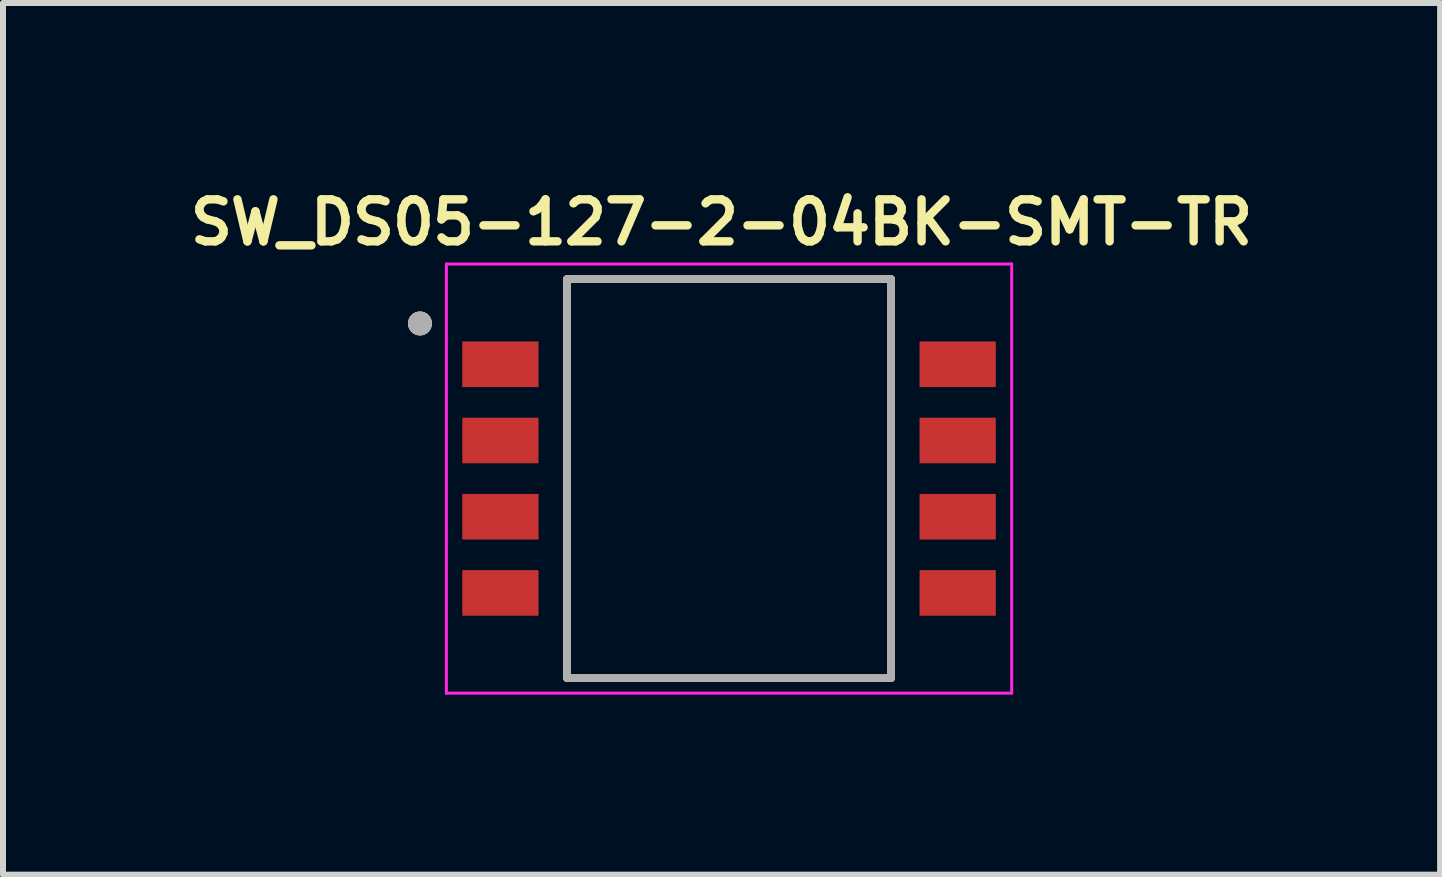
<source format=kicad_pcb>
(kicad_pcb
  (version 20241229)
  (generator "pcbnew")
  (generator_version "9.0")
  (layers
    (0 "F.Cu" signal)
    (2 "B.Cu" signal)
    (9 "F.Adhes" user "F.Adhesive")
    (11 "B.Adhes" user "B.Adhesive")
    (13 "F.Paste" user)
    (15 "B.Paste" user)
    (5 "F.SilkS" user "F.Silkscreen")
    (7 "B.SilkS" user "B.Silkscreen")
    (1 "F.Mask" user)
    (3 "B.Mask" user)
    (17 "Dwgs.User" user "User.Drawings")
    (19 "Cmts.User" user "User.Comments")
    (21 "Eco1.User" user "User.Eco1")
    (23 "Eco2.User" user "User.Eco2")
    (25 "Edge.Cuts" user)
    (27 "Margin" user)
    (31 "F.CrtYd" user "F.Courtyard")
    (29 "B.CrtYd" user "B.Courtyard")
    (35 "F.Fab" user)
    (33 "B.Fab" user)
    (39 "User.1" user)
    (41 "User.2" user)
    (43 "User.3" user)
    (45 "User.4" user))
  (footprint "SW_DS05-127-2-04BK-SMT-TR"
    (layer "F.Cu")
    (at 9.098 4.925)
    (property "Reference" "SW_DS05-127-2-04BK-SMT-TR" (at -0.125 -4.27 0) (layer "F.SilkS") (effects (font (size 0.7 0.7) (thickness 0.14) (bold yes))))
    (attr smd)
    (fp_line (start -2.7 -3.325) (end -2.7 3.325) (stroke (width 0.127) (type solid)) (layer "F.SilkS"))
    (fp_line (start -2.7 3.325) (end 2.7 3.325) (stroke (width 0.127) (type solid)) (layer "F.SilkS"))
    (fp_line (start 2.7 -3.325) (end -2.7 -3.325) (stroke (width 0.127) (type solid)) (layer "F.SilkS"))
    (fp_line (start 2.7 -3.325) (end 2.7 3.325) (stroke (width 0.127) (type solid)) (layer "F.SilkS"))
    (fp_circle (center -5.15 -2.585) (end -5.05 -2.585) (stroke (width 0.2) (type solid)) (fill no) (layer "F.SilkS"))
    (fp_line (start -4.71 -3.575) (end 4.71 -3.575) (stroke (width 0.05) (type solid)) (layer "F.CrtYd"))
    (fp_line (start -4.71 3.575) (end -4.71 -3.575) (stroke (width 0.05) (type solid)) (layer "F.CrtYd"))
    (fp_line (start 4.71 -3.575) (end 4.71 3.575) (stroke (width 0.05) (type solid)) (layer "F.CrtYd"))
    (fp_line (start 4.71 3.575) (end -4.71 3.575) (stroke (width 0.05) (type solid)) (layer "F.CrtYd"))
    (fp_line (start -2.7 -3.325) (end -2.7 3.325) (stroke (width 0.127) (type solid)) (layer "F.Fab"))
    (fp_line (start -2.7 3.325) (end 2.7 3.325) (stroke (width 0.127) (type solid)) (layer "F.Fab"))
    (fp_line (start 2.7 -3.325) (end -2.7 -3.325) (stroke (width 0.127) (type solid)) (layer "F.Fab"))
    (fp_line (start 2.7 3.325) (end 2.7 -3.325) (stroke (width 0.127) (type solid)) (layer "F.Fab"))
    (fp_circle (center -5.15 -2.585) (end -5.05 -2.585) (stroke (width 0.2) (type solid)) (fill no) (layer "F.Fab"))
    (pad "1A" smd rect (at -3.81 -1.905) (size 1.27 0.76) (layers "F.Cu" "F.Mask" "F.Paste"))
    (pad "1B" smd rect (at 3.81 -1.905) (size 1.27 0.76) (layers "F.Cu" "F.Mask" "F.Paste"))
    (pad "2A" smd rect (at -3.81 -0.635) (size 1.27 0.76) (layers "F.Cu" "F.Mask" "F.Paste"))
    (pad "2B" smd rect (at 3.81 -0.635) (size 1.27 0.76) (layers "F.Cu" "F.Mask" "F.Paste"))
    (pad "3A" smd rect (at -3.81 0.635) (size 1.27 0.76) (layers "F.Cu" "F.Mask" "F.Paste"))
    (pad "3B" smd rect (at 3.81 0.635) (size 1.27 0.76) (layers "F.Cu" "F.Mask" "F.Paste"))
    (pad "4A" smd rect (at -3.81 1.905) (size 1.27 0.76) (layers "F.Cu" "F.Mask" "F.Paste"))
    (pad "4B" smd rect (at 3.81 1.905) (size 1.27 0.76) (layers "F.Cu" "F.Mask" "F.Paste")))
  (gr_rect
    (start -3 -3)
    (end 20.947 11.525)
    (stroke (width 0.1) (type default))
    (fill no)
    (layer "Edge.Cuts")))
</source>
